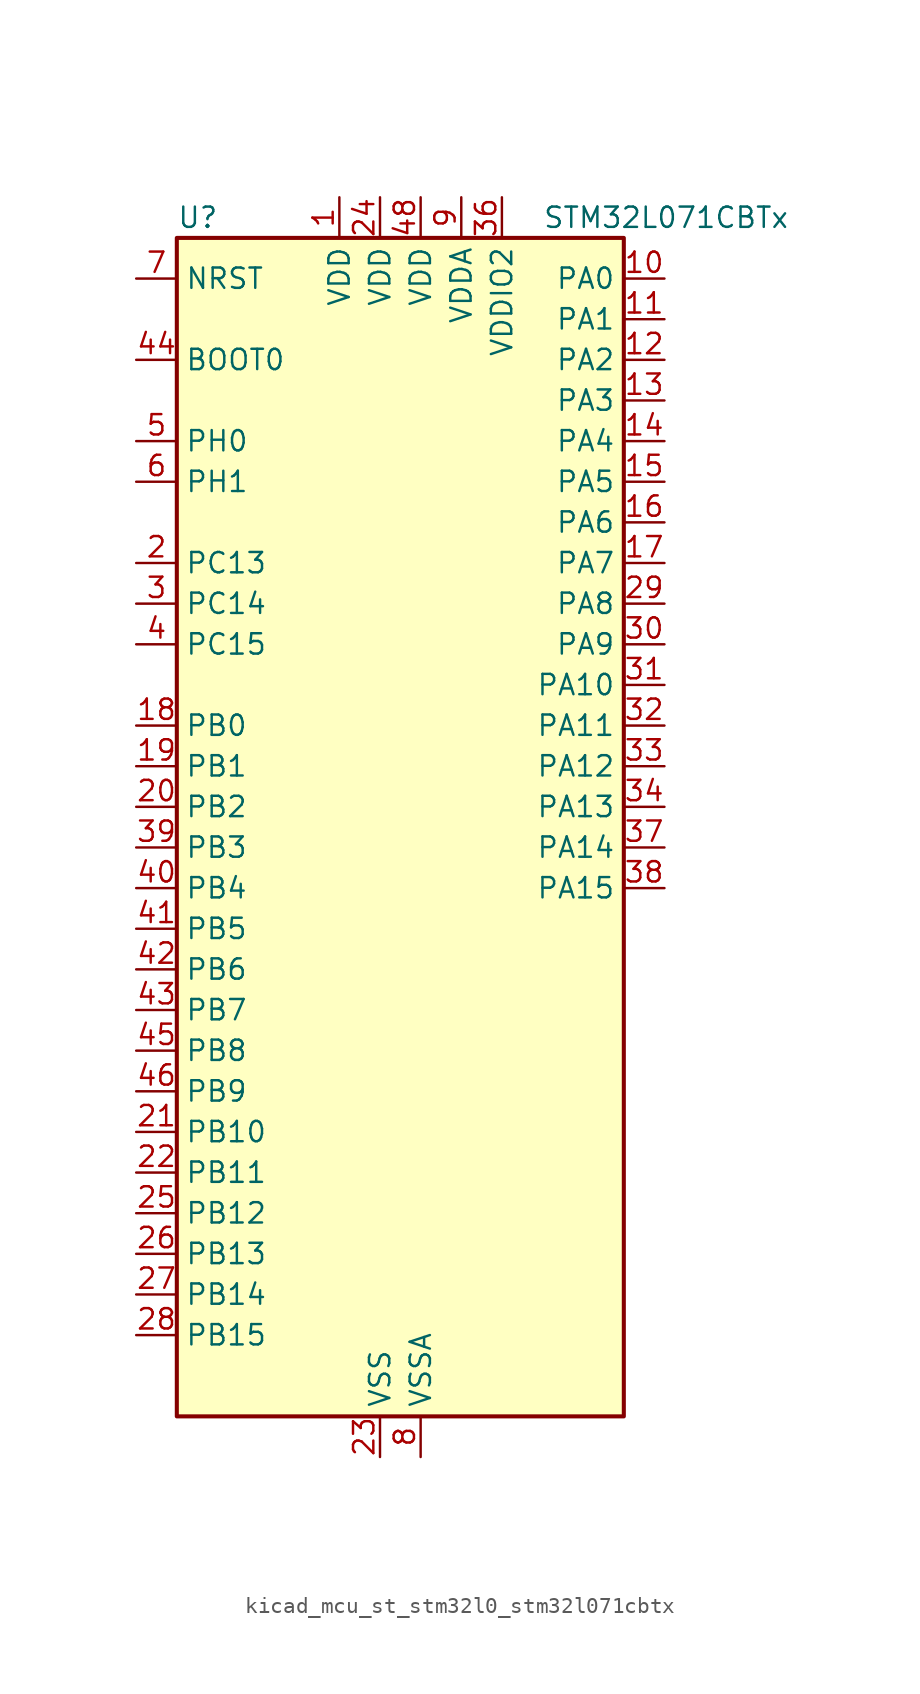
<source format=kicad_sym>
(kicad_symbol_lib
  (version 20220914)
  (generator kicad_symbol_editor)
  (symbol "kicad_mcu_st_stm32l0_stm32l071cbtx"
    (property "Reference" "U"
      (at -12.7 39.37 0)
      (effects (font (size 1.27 1.27)) (justify left)))
    (property "Value" "STM32L071CBTx"
      (at 10.16 39.37 0)
      (effects (font (size 1.27 1.27)) (justify left)))
    (property "ki_locked" ""
      (at 0 0 0)
      (effects (font (size 1.27 1.27))))
    (symbol "kicad_mcu_st_stm32l0_stm32l071cbtx_0_1"
      (rectangle (start -12.7 -35.56) (end 15.24 38.1) (stroke (width 0.254) (type default)) (fill (type background))))
    (symbol "kicad_mcu_st_stm32l0_stm32l071cbtx_1_1"
      (pin power_in line (at -2.54 40.64 270) (length 2.54) (name "VDD" (effects (font (size 1.27 1.27)))) (number "1" (effects (font (size 1.27 1.27)))))
      (pin bidirectional line (at 17.78 35.56 180) (length 2.54) (name "PA0" (effects (font (size 1.27 1.27)))) (number "10" (effects (font (size 1.27 1.27)))) (alternate "ADC_IN0" bidirectional line) (alternate "COMP1_INM" bidirectional line) (alternate "COMP1_OUT" bidirectional line) (alternate "RTC_TAMP2" bidirectional line) (alternate "SYS_WKUP1" bidirectional line) (alternate "TIM2_CH1" bidirectional line) (alternate "TIM2_ETR" bidirectional line) (alternate "USART2_CTS" bidirectional line) (alternate "USART4_TX" bidirectional line))
      (pin bidirectional line (at 17.78 33.02 180) (length 2.54) (name "PA1" (effects (font (size 1.27 1.27)))) (number "11" (effects (font (size 1.27 1.27)))) (alternate "ADC_IN1" bidirectional line) (alternate "COMP1_INP" bidirectional line) (alternate "TIM21_ETR" bidirectional line) (alternate "TIM2_CH2" bidirectional line) (alternate "USART2_DE" bidirectional line) (alternate "USART2_RTS" bidirectional line) (alternate "USART4_RX" bidirectional line))
      (pin bidirectional line (at 17.78 30.48 180) (length 2.54) (name "PA2" (effects (font (size 1.27 1.27)))) (number "12" (effects (font (size 1.27 1.27)))) (alternate "ADC_IN2" bidirectional line) (alternate "COMP2_INM" bidirectional line) (alternate "COMP2_OUT" bidirectional line) (alternate "LPUART1_TX" bidirectional line) (alternate "TIM21_CH1" bidirectional line) (alternate "TIM2_CH3" bidirectional line) (alternate "USART2_TX" bidirectional line))
      (pin bidirectional line (at 17.78 27.94 180) (length 2.54) (name "PA3" (effects (font (size 1.27 1.27)))) (number "13" (effects (font (size 1.27 1.27)))) (alternate "ADC_IN3" bidirectional line) (alternate "COMP2_INP" bidirectional line) (alternate "LPUART1_RX" bidirectional line) (alternate "TIM21_CH2" bidirectional line) (alternate "TIM2_CH4" bidirectional line) (alternate "USART2_RX" bidirectional line))
      (pin bidirectional line (at 17.78 25.4 180) (length 2.54) (name "PA4" (effects (font (size 1.27 1.27)))) (number "14" (effects (font (size 1.27 1.27)))) (alternate "ADC_IN4" bidirectional line) (alternate "COMP1_INM" bidirectional line) (alternate "COMP2_INM" bidirectional line) (alternate "SPI1_NSS" bidirectional line) (alternate "TIM22_ETR" bidirectional line) (alternate "USART2_CK" bidirectional line))
      (pin bidirectional line (at 17.78 22.86 180) (length 2.54) (name "PA5" (effects (font (size 1.27 1.27)))) (number "15" (effects (font (size 1.27 1.27)))) (alternate "ADC_IN5" bidirectional line) (alternate "COMP1_INM" bidirectional line) (alternate "COMP2_INM" bidirectional line) (alternate "SPI1_SCK" bidirectional line) (alternate "TIM2_CH1" bidirectional line) (alternate "TIM2_ETR" bidirectional line))
      (pin bidirectional line (at 17.78 20.32 180) (length 2.54) (name "PA6" (effects (font (size 1.27 1.27)))) (number "16" (effects (font (size 1.27 1.27)))) (alternate "ADC_IN6" bidirectional line) (alternate "COMP1_OUT" bidirectional line) (alternate "LPUART1_CTS" bidirectional line) (alternate "SPI1_MISO" bidirectional line) (alternate "TIM22_CH1" bidirectional line) (alternate "TIM3_CH1" bidirectional line))
      (pin bidirectional line (at 17.78 17.78 180) (length 2.54) (name "PA7" (effects (font (size 1.27 1.27)))) (number "17" (effects (font (size 1.27 1.27)))) (alternate "ADC_IN7" bidirectional line) (alternate "COMP2_OUT" bidirectional line) (alternate "SPI1_MOSI" bidirectional line) (alternate "TIM22_CH2" bidirectional line) (alternate "TIM3_CH2" bidirectional line))
      (pin bidirectional line (at -15.24 7.62 0) (length 2.54) (name "PB0" (effects (font (size 1.27 1.27)))) (number "18" (effects (font (size 1.27 1.27)))) (alternate "ADC_IN8" bidirectional line) (alternate "SYS_VREF_OUT_PB0" bidirectional line) (alternate "TIM3_CH3" bidirectional line))
      (pin bidirectional line (at -15.24 5.08 0) (length 2.54) (name "PB1" (effects (font (size 1.27 1.27)))) (number "19" (effects (font (size 1.27 1.27)))) (alternate "ADC_IN9" bidirectional line) (alternate "LPUART1_DE" bidirectional line) (alternate "LPUART1_RTS" bidirectional line) (alternate "SYS_VREF_OUT_PB1" bidirectional line) (alternate "TIM3_CH4" bidirectional line))
      (pin bidirectional line (at -15.24 17.78 0) (length 2.54) (name "PC13" (effects (font (size 1.27 1.27)))) (number "2" (effects (font (size 1.27 1.27)))) (alternate "RTC_OUT_ALARM" bidirectional line) (alternate "RTC_OUT_CALIB" bidirectional line) (alternate "RTC_TAMP1" bidirectional line) (alternate "RTC_TS" bidirectional line) (alternate "SYS_WKUP2" bidirectional line))
      (pin bidirectional line (at -15.24 2.54 0) (length 2.54) (name "PB2" (effects (font (size 1.27 1.27)))) (number "20" (effects (font (size 1.27 1.27)))) (alternate "I2C3_SMBA" bidirectional line) (alternate "LPTIM1_OUT" bidirectional line))
      (pin bidirectional line (at -15.24 -17.78 0) (length 2.54) (name "PB10" (effects (font (size 1.27 1.27)))) (number "21" (effects (font (size 1.27 1.27)))) (alternate "I2C2_SCL" bidirectional line) (alternate "LPUART1_RX" bidirectional line) (alternate "LPUART1_TX" bidirectional line) (alternate "SPI2_SCK" bidirectional line) (alternate "TIM2_CH3" bidirectional line))
      (pin bidirectional line (at -15.24 -20.32 0) (length 2.54) (name "PB11" (effects (font (size 1.27 1.27)))) (number "22" (effects (font (size 1.27 1.27)))) (alternate "ADC_EXTI11" bidirectional line) (alternate "I2C2_SDA" bidirectional line) (alternate "LPUART1_RX" bidirectional line) (alternate "LPUART1_TX" bidirectional line) (alternate "TIM2_CH4" bidirectional line))
      (pin power_in line (at 0 -38.1 90) (length 2.54) (name "VSS" (effects (font (size 1.27 1.27)))) (number "23" (effects (font (size 1.27 1.27)))))
      (pin power_in line (at 0 40.64 270) (length 2.54) (name "VDD" (effects (font (size 1.27 1.27)))) (number "24" (effects (font (size 1.27 1.27)))))
      (pin bidirectional line (at -15.24 -22.86 0) (length 2.54) (name "PB12" (effects (font (size 1.27 1.27)))) (number "25" (effects (font (size 1.27 1.27)))) (alternate "I2S2_WS" bidirectional line) (alternate "LPUART1_DE" bidirectional line) (alternate "LPUART1_RTS" bidirectional line) (alternate "SPI2_NSS" bidirectional line))
      (pin bidirectional line (at -15.24 -25.4 0) (length 2.54) (name "PB13" (effects (font (size 1.27 1.27)))) (number "26" (effects (font (size 1.27 1.27)))) (alternate "I2C2_SCL" bidirectional line) (alternate "I2S2_CK" bidirectional line) (alternate "LPUART1_CTS" bidirectional line) (alternate "RCC_MCO" bidirectional line) (alternate "SPI2_SCK" bidirectional line) (alternate "TIM21_CH1" bidirectional line))
      (pin bidirectional line (at -15.24 -27.94 0) (length 2.54) (name "PB14" (effects (font (size 1.27 1.27)))) (number "27" (effects (font (size 1.27 1.27)))) (alternate "I2C2_SDA" bidirectional line) (alternate "I2S2_MCK" bidirectional line) (alternate "LPUART1_DE" bidirectional line) (alternate "LPUART1_RTS" bidirectional line) (alternate "RTC_OUT_ALARM" bidirectional line) (alternate "RTC_OUT_CALIB" bidirectional line) (alternate "SPI2_MISO" bidirectional line) (alternate "TIM21_CH2" bidirectional line))
      (pin bidirectional line (at -15.24 -30.48 0) (length 2.54) (name "PB15" (effects (font (size 1.27 1.27)))) (number "28" (effects (font (size 1.27 1.27)))) (alternate "I2S2_SD" bidirectional line) (alternate "RTC_REFIN" bidirectional line) (alternate "SPI2_MOSI" bidirectional line))
      (pin bidirectional line (at 17.78 15.24 180) (length 2.54) (name "PA8" (effects (font (size 1.27 1.27)))) (number "29" (effects (font (size 1.27 1.27)))) (alternate "I2C3_SCL" bidirectional line) (alternate "RCC_MCO" bidirectional line) (alternate "USART1_CK" bidirectional line))
      (pin bidirectional line (at -15.24 15.24 0) (length 2.54) (name "PC14" (effects (font (size 1.27 1.27)))) (number "3" (effects (font (size 1.27 1.27)))) (alternate "RCC_OSC32_IN" bidirectional line))
      (pin bidirectional line (at 17.78 12.7 180) (length 2.54) (name "PA9" (effects (font (size 1.27 1.27)))) (number "30" (effects (font (size 1.27 1.27)))) (alternate "I2C1_SCL" bidirectional line) (alternate "I2C3_SMBA" bidirectional line) (alternate "RCC_MCO" bidirectional line) (alternate "USART1_TX" bidirectional line))
      (pin bidirectional line (at 17.78 10.16 180) (length 2.54) (name "PA10" (effects (font (size 1.27 1.27)))) (number "31" (effects (font (size 1.27 1.27)))) (alternate "I2C1_SDA" bidirectional line) (alternate "USART1_RX" bidirectional line))
      (pin bidirectional line (at 17.78 7.62 180) (length 2.54) (name "PA11" (effects (font (size 1.27 1.27)))) (number "32" (effects (font (size 1.27 1.27)))) (alternate "ADC_EXTI11" bidirectional line) (alternate "COMP1_OUT" bidirectional line) (alternate "SPI1_MISO" bidirectional line) (alternate "USART1_CTS" bidirectional line))
      (pin bidirectional line (at 17.78 5.08 180) (length 2.54) (name "PA12" (effects (font (size 1.27 1.27)))) (number "33" (effects (font (size 1.27 1.27)))) (alternate "COMP2_OUT" bidirectional line) (alternate "SPI1_MOSI" bidirectional line) (alternate "USART1_DE" bidirectional line) (alternate "USART1_RTS" bidirectional line))
      (pin bidirectional line (at 17.78 2.54 180) (length 2.54) (name "PA13" (effects (font (size 1.27 1.27)))) (number "34" (effects (font (size 1.27 1.27)))) (alternate "LPUART1_RX" bidirectional line) (alternate "SYS_SWDIO" bidirectional line))
      (pin passive line (at 0 -38.1 90) (length 2.54) hide (name "VSS" (effects (font (size 1.27 1.27)))) (number "35" (effects (font (size 1.27 1.27)))))
      (pin power_in line (at 7.62 40.64 270) (length 2.54) (name "VDDIO2" (effects (font (size 1.27 1.27)))) (number "36" (effects (font (size 1.27 1.27)))))
      (pin bidirectional line (at 17.78 0 180) (length 2.54) (name "PA14" (effects (font (size 1.27 1.27)))) (number "37" (effects (font (size 1.27 1.27)))) (alternate "LPUART1_TX" bidirectional line) (alternate "SYS_SWCLK" bidirectional line) (alternate "USART2_TX" bidirectional line))
      (pin bidirectional line (at 17.78 -2.54 180) (length 2.54) (name "PA15" (effects (font (size 1.27 1.27)))) (number "38" (effects (font (size 1.27 1.27)))) (alternate "SPI1_NSS" bidirectional line) (alternate "TIM2_CH1" bidirectional line) (alternate "TIM2_ETR" bidirectional line) (alternate "USART2_RX" bidirectional line) (alternate "USART4_DE" bidirectional line) (alternate "USART4_RTS" bidirectional line))
      (pin bidirectional line (at -15.24 0 0) (length 2.54) (name "PB3" (effects (font (size 1.27 1.27)))) (number "39" (effects (font (size 1.27 1.27)))) (alternate "COMP2_INM" bidirectional line) (alternate "SPI1_SCK" bidirectional line) (alternate "TIM2_CH2" bidirectional line) (alternate "USART1_DE" bidirectional line) (alternate "USART1_RTS" bidirectional line) (alternate "USART5_TX" bidirectional line))
      (pin bidirectional line (at -15.24 12.7 0) (length 2.54) (name "PC15" (effects (font (size 1.27 1.27)))) (number "4" (effects (font (size 1.27 1.27)))) (alternate "RCC_OSC32_OUT" bidirectional line))
      (pin bidirectional line (at -15.24 -2.54 0) (length 2.54) (name "PB4" (effects (font (size 1.27 1.27)))) (number "40" (effects (font (size 1.27 1.27)))) (alternate "COMP2_INP" bidirectional line) (alternate "I2C3_SDA" bidirectional line) (alternate "SPI1_MISO" bidirectional line) (alternate "TIM22_CH1" bidirectional line) (alternate "TIM3_CH1" bidirectional line) (alternate "USART1_CTS" bidirectional line) (alternate "USART5_RX" bidirectional line))
      (pin bidirectional line (at -15.24 -5.08 0) (length 2.54) (name "PB5" (effects (font (size 1.27 1.27)))) (number "41" (effects (font (size 1.27 1.27)))) (alternate "COMP2_INP" bidirectional line) (alternate "I2C1_SMBA" bidirectional line) (alternate "LPTIM1_IN1" bidirectional line) (alternate "SPI1_MOSI" bidirectional line) (alternate "TIM22_CH2" bidirectional line) (alternate "TIM3_CH2" bidirectional line) (alternate "USART1_CK" bidirectional line) (alternate "USART5_CK" bidirectional line) (alternate "USART5_DE" bidirectional line) (alternate "USART5_RTS" bidirectional line))
      (pin bidirectional line (at -15.24 -7.62 0) (length 2.54) (name "PB6" (effects (font (size 1.27 1.27)))) (number "42" (effects (font (size 1.27 1.27)))) (alternate "COMP2_INP" bidirectional line) (alternate "I2C1_SCL" bidirectional line) (alternate "LPTIM1_ETR" bidirectional line) (alternate "USART1_TX" bidirectional line))
      (pin bidirectional line (at -15.24 -10.16 0) (length 2.54) (name "PB7" (effects (font (size 1.27 1.27)))) (number "43" (effects (font (size 1.27 1.27)))) (alternate "COMP2_INP" bidirectional line) (alternate "I2C1_SDA" bidirectional line) (alternate "LPTIM1_IN2" bidirectional line) (alternate "SYS_PVD_IN" bidirectional line) (alternate "USART1_RX" bidirectional line) (alternate "USART4_CTS" bidirectional line))
      (pin input line (at -15.24 30.48 0) (length 2.54) (name "BOOT0" (effects (font (size 1.27 1.27)))) (number "44" (effects (font (size 1.27 1.27)))))
      (pin bidirectional line (at -15.24 -12.7 0) (length 2.54) (name "PB8" (effects (font (size 1.27 1.27)))) (number "45" (effects (font (size 1.27 1.27)))) (alternate "I2C1_SCL" bidirectional line))
      (pin bidirectional line (at -15.24 -15.24 0) (length 2.54) (name "PB9" (effects (font (size 1.27 1.27)))) (number "46" (effects (font (size 1.27 1.27)))) (alternate "I2C1_SDA" bidirectional line) (alternate "I2S2_WS" bidirectional line) (alternate "SPI2_NSS" bidirectional line))
      (pin passive line (at 0 -38.1 90) (length 2.54) hide (name "VSS" (effects (font (size 1.27 1.27)))) (number "47" (effects (font (size 1.27 1.27)))))
      (pin power_in line (at 2.54 40.64 270) (length 2.54) (name "VDD" (effects (font (size 1.27 1.27)))) (number "48" (effects (font (size 1.27 1.27)))))
      (pin bidirectional line (at -15.24 25.4 0) (length 2.54) (name "PH0" (effects (font (size 1.27 1.27)))) (number "5" (effects (font (size 1.27 1.27)))) (alternate "RCC_OSC_IN" bidirectional line))
      (pin bidirectional line (at -15.24 22.86 0) (length 2.54) (name "PH1" (effects (font (size 1.27 1.27)))) (number "6" (effects (font (size 1.27 1.27)))) (alternate "RCC_OSC_OUT" bidirectional line))
      (pin input line (at -15.24 35.56 0) (length 2.54) (name "NRST" (effects (font (size 1.27 1.27)))) (number "7" (effects (font (size 1.27 1.27)))))
      (pin power_in line (at 2.54 -38.1 90) (length 2.54) (name "VSSA" (effects (font (size 1.27 1.27)))) (number "8" (effects (font (size 1.27 1.27)))))
      (pin power_in line (at 5.08 40.64 270) (length 2.54) (name "VDDA" (effects (font (size 1.27 1.27)))) (number "9" (effects (font (size 1.27 1.27))))))))
</source>
